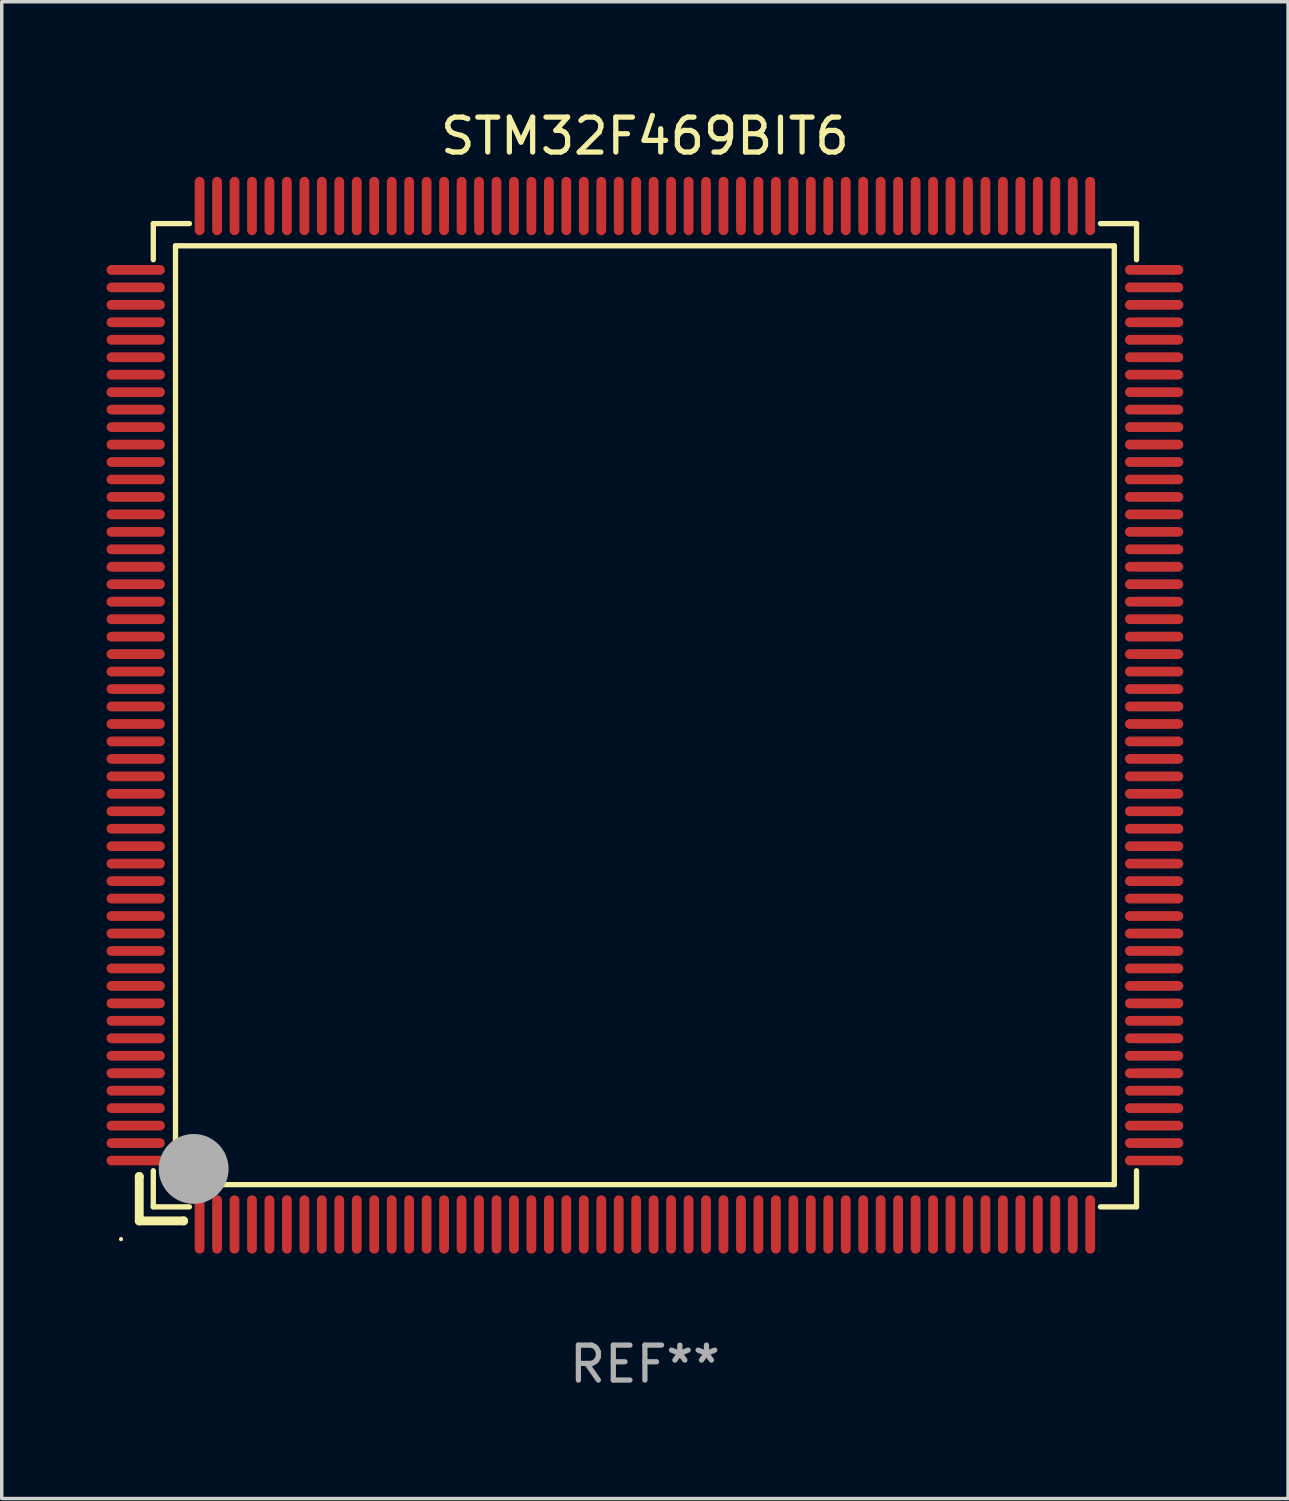
<source format=kicad_pcb>
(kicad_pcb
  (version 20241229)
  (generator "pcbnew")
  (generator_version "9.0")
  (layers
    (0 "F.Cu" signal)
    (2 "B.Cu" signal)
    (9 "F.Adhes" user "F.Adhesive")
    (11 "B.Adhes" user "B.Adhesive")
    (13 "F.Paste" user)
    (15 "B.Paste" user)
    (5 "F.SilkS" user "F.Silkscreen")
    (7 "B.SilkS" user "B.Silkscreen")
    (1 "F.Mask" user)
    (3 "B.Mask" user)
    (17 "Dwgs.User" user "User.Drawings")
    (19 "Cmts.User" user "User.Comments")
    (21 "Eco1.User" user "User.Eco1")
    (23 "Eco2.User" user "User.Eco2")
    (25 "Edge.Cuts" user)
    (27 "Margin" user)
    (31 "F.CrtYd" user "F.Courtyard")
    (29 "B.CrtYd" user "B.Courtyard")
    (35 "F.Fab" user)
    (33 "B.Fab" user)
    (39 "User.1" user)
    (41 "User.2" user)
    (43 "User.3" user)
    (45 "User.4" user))
  (footprint "STM32F469BIT6"
    (layer "F.Cu")
    (at 15.415 17.428)
    (property "Reference" "STM32F469BIT6" (at 0 -16.58 0) (layer "F.SilkS") (effects (font (size 1 1) (thickness 0.15))))
    (attr through_hole)
    (fp_line (start -14.478 13.208) (end -14.478 13.208) (stroke (width 0.254) (type solid)) (layer "F.SilkS"))
    (fp_line (start -14.478 13.208) (end -14.478 14.478) (stroke (width 0.254) (type solid)) (layer "F.SilkS"))
    (fp_line (start -14.478 14.478) (end -13.208 14.478) (stroke (width 0.254) (type solid)) (layer "F.SilkS"))
    (fp_line (start -14.076 -14.076) (end -14.076 -13.042) (stroke (width 0.152) (type solid)) (layer "F.SilkS"))
    (fp_line (start -14.076 14.076) (end -14.076 13.042) (stroke (width 0.152) (type solid)) (layer "F.SilkS"))
    (fp_line (start -13.44 -13.44) (end 13.44 -13.44) (stroke (width 0.152) (type solid)) (layer "F.SilkS"))
    (fp_line (start -13.44 13.44) (end -13.44 -13.44) (stroke (width 0.152) (type solid)) (layer "F.SilkS"))
    (fp_line (start -13.208 14.478) (end -13.208 14.478) (stroke (width 0.254) (type solid)) (layer "F.SilkS"))
    (fp_line (start -13.042 -14.076) (end -14.076 -14.076) (stroke (width 0.152) (type solid)) (layer "F.SilkS"))
    (fp_line (start -13.042 14.076) (end -14.076 14.076) (stroke (width 0.152) (type solid)) (layer "F.SilkS"))
    (fp_line (start 13.042 -14.076) (end 14.076 -14.076) (stroke (width 0.152) (type solid)) (layer "F.SilkS"))
    (fp_line (start 13.042 14.076) (end 14.076 14.076) (stroke (width 0.152) (type solid)) (layer "F.SilkS"))
    (fp_line (start 13.44 -13.44) (end 13.44 13.44) (stroke (width 0.152) (type solid)) (layer "F.SilkS"))
    (fp_line (start 13.44 13.44) (end -13.44 13.44) (stroke (width 0.152) (type solid)) (layer "F.SilkS"))
    (fp_line (start 14.076 -14.076) (end 14.076 -13.042) (stroke (width 0.152) (type solid)) (layer "F.SilkS"))
    (fp_line (start 14.076 14.076) (end 14.076 13.042) (stroke (width 0.152) (type solid)) (layer "F.SilkS"))
    (fp_circle (center -15 15) (end -14.97 15) (stroke (width 0.06) (type solid)) (fill no) (layer "F.SilkS"))
    (fp_circle (center -13.138 13.138) (end -13.063 13.138) (stroke (width 0.15) (type solid)) (fill no) (layer "F.SilkS"))
    (fp_circle (center -12.92 12.99) (end -12.42 12.99) (stroke (width 1) (type solid)) (fill no) (layer "F.Fab"))
    (fp_text user "REF**" (at 0 18.58 0) (layer "F.Fab") (effects (font (size 1 1) (thickness 0.15))))
    (pad "1" smd oval (at -12.75 14.58) (size 0.28 1.67) (layers "F.Cu" "F.Mask" "F.Paste"))
    (pad "2" smd oval (at -12.25 14.58) (size 0.28 1.67) (layers "F.Cu" "F.Mask" "F.Paste"))
    (pad "3" smd oval (at -11.75 14.58) (size 0.28 1.67) (layers "F.Cu" "F.Mask" "F.Paste"))
    (pad "4" smd oval (at -11.25 14.58) (size 0.28 1.67) (layers "F.Cu" "F.Mask" "F.Paste"))
    (pad "5" smd oval (at -10.75 14.58) (size 0.28 1.67) (layers "F.Cu" "F.Mask" "F.Paste"))
    (pad "6" smd oval (at -10.25 14.58) (size 0.28 1.67) (layers "F.Cu" "F.Mask" "F.Paste"))
    (pad "7" smd oval (at -9.75 14.58) (size 0.28 1.67) (layers "F.Cu" "F.Mask" "F.Paste"))
    (pad "8" smd oval (at -9.25 14.58) (size 0.28 1.67) (layers "F.Cu" "F.Mask" "F.Paste"))
    (pad "9" smd oval (at -8.75 14.58) (size 0.28 1.67) (layers "F.Cu" "F.Mask" "F.Paste"))
    (pad "10" smd oval (at -8.25 14.58) (size 0.28 1.67) (layers "F.Cu" "F.Mask" "F.Paste"))
    (pad "11" smd oval (at -7.75 14.58) (size 0.28 1.67) (layers "F.Cu" "F.Mask" "F.Paste"))
    (pad "12" smd oval (at -7.25 14.58) (size 0.28 1.67) (layers "F.Cu" "F.Mask" "F.Paste"))
    (pad "13" smd oval (at -6.75 14.58) (size 0.28 1.67) (layers "F.Cu" "F.Mask" "F.Paste"))
    (pad "14" smd oval (at -6.25 14.58) (size 0.28 1.67) (layers "F.Cu" "F.Mask" "F.Paste"))
    (pad "15" smd oval (at -5.75 14.58) (size 0.28 1.67) (layers "F.Cu" "F.Mask" "F.Paste"))
    (pad "16" smd oval (at -5.25 14.58) (size 0.28 1.67) (layers "F.Cu" "F.Mask" "F.Paste"))
    (pad "17" smd oval (at -4.75 14.58) (size 0.28 1.67) (layers "F.Cu" "F.Mask" "F.Paste"))
    (pad "18" smd oval (at -4.25 14.58) (size 0.28 1.67) (layers "F.Cu" "F.Mask" "F.Paste"))
    (pad "19" smd oval (at -3.75 14.58) (size 0.28 1.67) (layers "F.Cu" "F.Mask" "F.Paste"))
    (pad "20" smd oval (at -3.25 14.58) (size 0.28 1.67) (layers "F.Cu" "F.Mask" "F.Paste"))
    (pad "21" smd oval (at -2.75 14.58) (size 0.28 1.67) (layers "F.Cu" "F.Mask" "F.Paste"))
    (pad "22" smd oval (at -2.25 14.58) (size 0.28 1.67) (layers "F.Cu" "F.Mask" "F.Paste"))
    (pad "23" smd oval (at -1.75 14.58) (size 0.28 1.67) (layers "F.Cu" "F.Mask" "F.Paste"))
    (pad "24" smd oval (at -1.25 14.58) (size 0.28 1.67) (layers "F.Cu" "F.Mask" "F.Paste"))
    (pad "25" smd oval (at -0.75 14.58) (size 0.28 1.67) (layers "F.Cu" "F.Mask" "F.Paste"))
    (pad "26" smd oval (at -0.25 14.58) (size 0.28 1.67) (layers "F.Cu" "F.Mask" "F.Paste"))
    (pad "27" smd oval (at 0.25 14.58) (size 0.28 1.67) (layers "F.Cu" "F.Mask" "F.Paste"))
    (pad "28" smd oval (at 0.75 14.58) (size 0.28 1.67) (layers "F.Cu" "F.Mask" "F.Paste"))
    (pad "29" smd oval (at 1.25 14.58) (size 0.28 1.67) (layers "F.Cu" "F.Mask" "F.Paste"))
    (pad "30" smd oval (at 1.75 14.58) (size 0.28 1.67) (layers "F.Cu" "F.Mask" "F.Paste"))
    (pad "31" smd oval (at 2.25 14.58) (size 0.28 1.67) (layers "F.Cu" "F.Mask" "F.Paste"))
    (pad "32" smd oval (at 2.75 14.58) (size 0.28 1.67) (layers "F.Cu" "F.Mask" "F.Paste"))
    (pad "33" smd oval (at 3.25 14.58) (size 0.28 1.67) (layers "F.Cu" "F.Mask" "F.Paste"))
    (pad "34" smd oval (at 3.75 14.58) (size 0.28 1.67) (layers "F.Cu" "F.Mask" "F.Paste"))
    (pad "35" smd oval (at 4.25 14.58) (size 0.28 1.67) (layers "F.Cu" "F.Mask" "F.Paste"))
    (pad "36" smd oval (at 4.75 14.58) (size 0.28 1.67) (layers "F.Cu" "F.Mask" "F.Paste"))
    (pad "37" smd oval (at 5.25 14.58) (size 0.28 1.67) (layers "F.Cu" "F.Mask" "F.Paste"))
    (pad "38" smd oval (at 5.75 14.58) (size 0.28 1.67) (layers "F.Cu" "F.Mask" "F.Paste"))
    (pad "39" smd oval (at 6.25 14.58) (size 0.28 1.67) (layers "F.Cu" "F.Mask" "F.Paste"))
    (pad "40" smd oval (at 6.75 14.58) (size 0.28 1.67) (layers "F.Cu" "F.Mask" "F.Paste"))
    (pad "41" smd oval (at 7.25 14.58) (size 0.28 1.67) (layers "F.Cu" "F.Mask" "F.Paste"))
    (pad "42" smd oval (at 7.75 14.58) (size 0.28 1.67) (layers "F.Cu" "F.Mask" "F.Paste"))
    (pad "43" smd oval (at 8.25 14.58) (size 0.28 1.67) (layers "F.Cu" "F.Mask" "F.Paste"))
    (pad "44" smd oval (at 8.75 14.58) (size 0.28 1.67) (layers "F.Cu" "F.Mask" "F.Paste"))
    (pad "45" smd oval (at 9.25 14.58) (size 0.28 1.67) (layers "F.Cu" "F.Mask" "F.Paste"))
    (pad "46" smd oval (at 9.75 14.58) (size 0.28 1.67) (layers "F.Cu" "F.Mask" "F.Paste"))
    (pad "47" smd oval (at 10.25 14.58) (size 0.28 1.67) (layers "F.Cu" "F.Mask" "F.Paste"))
    (pad "48" smd oval (at 10.75 14.58) (size 0.28 1.67) (layers "F.Cu" "F.Mask" "F.Paste"))
    (pad "49" smd oval (at 11.25 14.58) (size 0.28 1.67) (layers "F.Cu" "F.Mask" "F.Paste"))
    (pad "50" smd oval (at 11.75 14.58) (size 0.28 1.67) (layers "F.Cu" "F.Mask" "F.Paste"))
    (pad "51" smd oval (at 12.25 14.58) (size 0.28 1.67) (layers "F.Cu" "F.Mask" "F.Paste"))
    (pad "52" smd oval (at 12.75 14.58) (size 0.28 1.67) (layers "F.Cu" "F.Mask" "F.Paste"))
    (pad "53" smd oval (at 14.58 12.75) (size 1.67 0.28) (layers "F.Cu" "F.Mask" "F.Paste"))
    (pad "54" smd oval (at 14.58 12.25) (size 1.67 0.28) (layers "F.Cu" "F.Mask" "F.Paste"))
    (pad "55" smd oval (at 14.58 11.75) (size 1.67 0.28) (layers "F.Cu" "F.Mask" "F.Paste"))
    (pad "56" smd oval (at 14.58 11.25) (size 1.67 0.28) (layers "F.Cu" "F.Mask" "F.Paste"))
    (pad "57" smd oval (at 14.58 10.75) (size 1.67 0.28) (layers "F.Cu" "F.Mask" "F.Paste"))
    (pad "58" smd oval (at 14.58 10.25) (size 1.67 0.28) (layers "F.Cu" "F.Mask" "F.Paste"))
    (pad "59" smd oval (at 14.58 9.75) (size 1.67 0.28) (layers "F.Cu" "F.Mask" "F.Paste"))
    (pad "60" smd oval (at 14.58 9.25) (size 1.67 0.28) (layers "F.Cu" "F.Mask" "F.Paste"))
    (pad "61" smd oval (at 14.58 8.75) (size 1.67 0.28) (layers "F.Cu" "F.Mask" "F.Paste"))
    (pad "62" smd oval (at 14.58 8.25) (size 1.67 0.28) (layers "F.Cu" "F.Mask" "F.Paste"))
    (pad "63" smd oval (at 14.58 7.75) (size 1.67 0.28) (layers "F.Cu" "F.Mask" "F.Paste"))
    (pad "64" smd oval (at 14.58 7.25) (size 1.67 0.28) (layers "F.Cu" "F.Mask" "F.Paste"))
    (pad "65" smd oval (at 14.58 6.75) (size 1.67 0.28) (layers "F.Cu" "F.Mask" "F.Paste"))
    (pad "66" smd oval (at 14.58 6.25) (size 1.67 0.28) (layers "F.Cu" "F.Mask" "F.Paste"))
    (pad "67" smd oval (at 14.58 5.75) (size 1.67 0.28) (layers "F.Cu" "F.Mask" "F.Paste"))
    (pad "68" smd oval (at 14.58 5.25) (size 1.67 0.28) (layers "F.Cu" "F.Mask" "F.Paste"))
    (pad "69" smd oval (at 14.58 4.75) (size 1.67 0.28) (layers "F.Cu" "F.Mask" "F.Paste"))
    (pad "70" smd oval (at 14.58 4.25) (size 1.67 0.28) (layers "F.Cu" "F.Mask" "F.Paste"))
    (pad "71" smd oval (at 14.58 3.75) (size 1.67 0.28) (layers "F.Cu" "F.Mask" "F.Paste"))
    (pad "72" smd oval (at 14.58 3.25) (size 1.67 0.28) (layers "F.Cu" "F.Mask" "F.Paste"))
    (pad "73" smd oval (at 14.58 2.75) (size 1.67 0.28) (layers "F.Cu" "F.Mask" "F.Paste"))
    (pad "74" smd oval (at 14.58 2.25) (size 1.67 0.28) (layers "F.Cu" "F.Mask" "F.Paste"))
    (pad "75" smd oval (at 14.58 1.75) (size 1.67 0.28) (layers "F.Cu" "F.Mask" "F.Paste"))
    (pad "76" smd oval (at 14.58 1.25) (size 1.67 0.28) (layers "F.Cu" "F.Mask" "F.Paste"))
    (pad "77" smd oval (at 14.58 0.75) (size 1.67 0.28) (layers "F.Cu" "F.Mask" "F.Paste"))
    (pad "78" smd oval (at 14.58 0.25) (size 1.67 0.28) (layers "F.Cu" "F.Mask" "F.Paste"))
    (pad "79" smd oval (at 14.58 -0.25) (size 1.67 0.28) (layers "F.Cu" "F.Mask" "F.Paste"))
    (pad "80" smd oval (at 14.58 -0.75) (size 1.67 0.28) (layers "F.Cu" "F.Mask" "F.Paste"))
    (pad "81" smd oval (at 14.58 -1.25) (size 1.67 0.28) (layers "F.Cu" "F.Mask" "F.Paste"))
    (pad "82" smd oval (at 14.58 -1.75) (size 1.67 0.28) (layers "F.Cu" "F.Mask" "F.Paste"))
    (pad "83" smd oval (at 14.58 -2.25) (size 1.67 0.28) (layers "F.Cu" "F.Mask" "F.Paste"))
    (pad "84" smd oval (at 14.58 -2.75) (size 1.67 0.28) (layers "F.Cu" "F.Mask" "F.Paste"))
    (pad "85" smd oval (at 14.58 -3.25) (size 1.67 0.28) (layers "F.Cu" "F.Mask" "F.Paste"))
    (pad "86" smd oval (at 14.58 -3.75) (size 1.67 0.28) (layers "F.Cu" "F.Mask" "F.Paste"))
    (pad "87" smd oval (at 14.58 -4.25) (size 1.67 0.28) (layers "F.Cu" "F.Mask" "F.Paste"))
    (pad "88" smd oval (at 14.58 -4.75) (size 1.67 0.28) (layers "F.Cu" "F.Mask" "F.Paste"))
    (pad "89" smd oval (at 14.58 -5.25) (size 1.67 0.28) (layers "F.Cu" "F.Mask" "F.Paste"))
    (pad "90" smd oval (at 14.58 -5.75) (size 1.67 0.28) (layers "F.Cu" "F.Mask" "F.Paste"))
    (pad "91" smd oval (at 14.58 -6.25) (size 1.67 0.28) (layers "F.Cu" "F.Mask" "F.Paste"))
    (pad "92" smd oval (at 14.58 -6.75) (size 1.67 0.28) (layers "F.Cu" "F.Mask" "F.Paste"))
    (pad "93" smd oval (at 14.58 -7.25) (size 1.67 0.28) (layers "F.Cu" "F.Mask" "F.Paste"))
    (pad "94" smd oval (at 14.58 -7.75) (size 1.67 0.28) (layers "F.Cu" "F.Mask" "F.Paste"))
    (pad "95" smd oval (at 14.58 -8.25) (size 1.67 0.28) (layers "F.Cu" "F.Mask" "F.Paste"))
    (pad "96" smd oval (at 14.58 -8.75) (size 1.67 0.28) (layers "F.Cu" "F.Mask" "F.Paste"))
    (pad "97" smd oval (at 14.58 -9.25) (size 1.67 0.28) (layers "F.Cu" "F.Mask" "F.Paste"))
    (pad "98" smd oval (at 14.58 -9.75) (size 1.67 0.28) (layers "F.Cu" "F.Mask" "F.Paste"))
    (pad "99" smd oval (at 14.58 -10.25) (size 1.67 0.28) (layers "F.Cu" "F.Mask" "F.Paste"))
    (pad "100" smd oval (at 14.58 -10.75) (size 1.67 0.28) (layers "F.Cu" "F.Mask" "F.Paste"))
    (pad "101" smd oval (at 14.58 -11.25) (size 1.67 0.28) (layers "F.Cu" "F.Mask" "F.Paste"))
    (pad "102" smd oval (at 14.58 -11.75) (size 1.67 0.28) (layers "F.Cu" "F.Mask" "F.Paste"))
    (pad "103" smd oval (at 14.58 -12.25) (size 1.67 0.28) (layers "F.Cu" "F.Mask" "F.Paste"))
    (pad "104" smd oval (at 14.58 -12.75) (size 1.67 0.28) (layers "F.Cu" "F.Mask" "F.Paste"))
    (pad "105" smd oval (at 12.75 -14.58) (size 0.28 1.67) (layers "F.Cu" "F.Mask" "F.Paste"))
    (pad "106" smd oval (at 12.25 -14.58) (size 0.28 1.67) (layers "F.Cu" "F.Mask" "F.Paste"))
    (pad "107" smd oval (at 11.75 -14.58) (size 0.28 1.67) (layers "F.Cu" "F.Mask" "F.Paste"))
    (pad "108" smd oval (at 11.25 -14.58) (size 0.28 1.67) (layers "F.Cu" "F.Mask" "F.Paste"))
    (pad "109" smd oval (at 10.75 -14.58) (size 0.28 1.67) (layers "F.Cu" "F.Mask" "F.Paste"))
    (pad "110" smd oval (at 10.25 -14.58) (size 0.28 1.67) (layers "F.Cu" "F.Mask" "F.Paste"))
    (pad "111" smd oval (at 9.75 -14.58) (size 0.28 1.67) (layers "F.Cu" "F.Mask" "F.Paste"))
    (pad "112" smd oval (at 9.25 -14.58) (size 0.28 1.67) (layers "F.Cu" "F.Mask" "F.Paste"))
    (pad "113" smd oval (at 8.75 -14.58) (size 0.28 1.67) (layers "F.Cu" "F.Mask" "F.Paste"))
    (pad "114" smd oval (at 8.25 -14.58) (size 0.28 1.67) (layers "F.Cu" "F.Mask" "F.Paste"))
    (pad "115" smd oval (at 7.75 -14.58) (size 0.28 1.67) (layers "F.Cu" "F.Mask" "F.Paste"))
    (pad "116" smd oval (at 7.25 -14.58) (size 0.28 1.67) (layers "F.Cu" "F.Mask" "F.Paste"))
    (pad "117" smd oval (at 6.75 -14.58) (size 0.28 1.67) (layers "F.Cu" "F.Mask" "F.Paste"))
    (pad "118" smd oval (at 6.25 -14.58) (size 0.28 1.67) (layers "F.Cu" "F.Mask" "F.Paste"))
    (pad "119" smd oval (at 5.75 -14.58) (size 0.28 1.67) (layers "F.Cu" "F.Mask" "F.Paste"))
    (pad "120" smd oval (at 5.25 -14.58) (size 0.28 1.67) (layers "F.Cu" "F.Mask" "F.Paste"))
    (pad "121" smd oval (at 4.75 -14.58) (size 0.28 1.67) (layers "F.Cu" "F.Mask" "F.Paste"))
    (pad "122" smd oval (at 4.25 -14.58) (size 0.28 1.67) (layers "F.Cu" "F.Mask" "F.Paste"))
    (pad "123" smd oval (at 3.75 -14.58) (size 0.28 1.67) (layers "F.Cu" "F.Mask" "F.Paste"))
    (pad "124" smd oval (at 3.25 -14.58) (size 0.28 1.67) (layers "F.Cu" "F.Mask" "F.Paste"))
    (pad "125" smd oval (at 2.75 -14.58) (size 0.28 1.67) (layers "F.Cu" "F.Mask" "F.Paste"))
    (pad "126" smd oval (at 2.25 -14.58) (size 0.28 1.67) (layers "F.Cu" "F.Mask" "F.Paste"))
    (pad "127" smd oval (at 1.75 -14.58) (size 0.28 1.67) (layers "F.Cu" "F.Mask" "F.Paste"))
    (pad "128" smd oval (at 1.25 -14.58) (size 0.28 1.67) (layers "F.Cu" "F.Mask" "F.Paste"))
    (pad "129" smd oval (at 0.75 -14.58) (size 0.28 1.67) (layers "F.Cu" "F.Mask" "F.Paste"))
    (pad "130" smd oval (at 0.25 -14.58) (size 0.28 1.67) (layers "F.Cu" "F.Mask" "F.Paste"))
    (pad "131" smd oval (at -0.25 -14.58) (size 0.28 1.67) (layers "F.Cu" "F.Mask" "F.Paste"))
    (pad "132" smd oval (at -0.75 -14.58) (size 0.28 1.67) (layers "F.Cu" "F.Mask" "F.Paste"))
    (pad "133" smd oval (at -1.25 -14.58) (size 0.28 1.67) (layers "F.Cu" "F.Mask" "F.Paste"))
    (pad "134" smd oval (at -1.75 -14.58) (size 0.28 1.67) (layers "F.Cu" "F.Mask" "F.Paste"))
    (pad "135" smd oval (at -2.25 -14.58) (size 0.28 1.67) (layers "F.Cu" "F.Mask" "F.Paste"))
    (pad "136" smd oval (at -2.75 -14.58) (size 0.28 1.67) (layers "F.Cu" "F.Mask" "F.Paste"))
    (pad "137" smd oval (at -3.25 -14.58) (size 0.28 1.67) (layers "F.Cu" "F.Mask" "F.Paste"))
    (pad "138" smd oval (at -3.75 -14.58) (size 0.28 1.67) (layers "F.Cu" "F.Mask" "F.Paste"))
    (pad "139" smd oval (at -4.25 -14.58) (size 0.28 1.67) (layers "F.Cu" "F.Mask" "F.Paste"))
    (pad "140" smd oval (at -4.75 -14.58) (size 0.28 1.67) (layers "F.Cu" "F.Mask" "F.Paste"))
    (pad "141" smd oval (at -5.25 -14.58) (size 0.28 1.67) (layers "F.Cu" "F.Mask" "F.Paste"))
    (pad "142" smd oval (at -5.75 -14.58) (size 0.28 1.67) (layers "F.Cu" "F.Mask" "F.Paste"))
    (pad "143" smd oval (at -6.25 -14.58) (size 0.28 1.67) (layers "F.Cu" "F.Mask" "F.Paste"))
    (pad "144" smd oval (at -6.75 -14.58) (size 0.28 1.67) (layers "F.Cu" "F.Mask" "F.Paste"))
    (pad "145" smd oval (at -7.25 -14.58) (size 0.28 1.67) (layers "F.Cu" "F.Mask" "F.Paste"))
    (pad "146" smd oval (at -7.75 -14.58) (size 0.28 1.67) (layers "F.Cu" "F.Mask" "F.Paste"))
    (pad "147" smd oval (at -8.25 -14.58) (size 0.28 1.67) (layers "F.Cu" "F.Mask" "F.Paste"))
    (pad "148" smd oval (at -8.75 -14.58) (size 0.28 1.67) (layers "F.Cu" "F.Mask" "F.Paste"))
    (pad "149" smd oval (at -9.25 -14.58) (size 0.28 1.67) (layers "F.Cu" "F.Mask" "F.Paste"))
    (pad "150" smd oval (at -9.75 -14.58) (size 0.28 1.67) (layers "F.Cu" "F.Mask" "F.Paste"))
    (pad "151" smd oval (at -10.25 -14.58) (size 0.28 1.67) (layers "F.Cu" "F.Mask" "F.Paste"))
    (pad "152" smd oval (at -10.75 -14.58) (size 0.28 1.67) (layers "F.Cu" "F.Mask" "F.Paste"))
    (pad "153" smd oval (at -11.25 -14.58) (size 0.28 1.67) (layers "F.Cu" "F.Mask" "F.Paste"))
    (pad "154" smd oval (at -11.75 -14.58) (size 0.28 1.67) (layers "F.Cu" "F.Mask" "F.Paste"))
    (pad "155" smd oval (at -12.25 -14.58) (size 0.28 1.67) (layers "F.Cu" "F.Mask" "F.Paste"))
    (pad "156" smd oval (at -12.75 -14.58) (size 0.28 1.67) (layers "F.Cu" "F.Mask" "F.Paste"))
    (pad "157" smd oval (at -14.58 -12.75) (size 1.67 0.28) (layers "F.Cu" "F.Mask" "F.Paste"))
    (pad "158" smd oval (at -14.58 -12.25) (size 1.67 0.28) (layers "F.Cu" "F.Mask" "F.Paste"))
    (pad "159" smd oval (at -14.58 -11.75) (size 1.67 0.28) (layers "F.Cu" "F.Mask" "F.Paste"))
    (pad "160" smd oval (at -14.58 -11.25) (size 1.67 0.28) (layers "F.Cu" "F.Mask" "F.Paste"))
    (pad "161" smd oval (at -14.58 -10.75) (size 1.67 0.28) (layers "F.Cu" "F.Mask" "F.Paste"))
    (pad "162" smd oval (at -14.58 -10.25) (size 1.67 0.28) (layers "F.Cu" "F.Mask" "F.Paste"))
    (pad "163" smd oval (at -14.58 -9.75) (size 1.67 0.28) (layers "F.Cu" "F.Mask" "F.Paste"))
    (pad "164" smd oval (at -14.58 -9.25) (size 1.67 0.28) (layers "F.Cu" "F.Mask" "F.Paste"))
    (pad "165" smd oval (at -14.58 -8.75) (size 1.67 0.28) (layers "F.Cu" "F.Mask" "F.Paste"))
    (pad "166" smd oval (at -14.58 -8.25) (size 1.67 0.28) (layers "F.Cu" "F.Mask" "F.Paste"))
    (pad "167" smd oval (at -14.58 -7.75) (size 1.67 0.28) (layers "F.Cu" "F.Mask" "F.Paste"))
    (pad "168" smd oval (at -14.58 -7.25) (size 1.67 0.28) (layers "F.Cu" "F.Mask" "F.Paste"))
    (pad "169" smd oval (at -14.58 -6.75) (size 1.67 0.28) (layers "F.Cu" "F.Mask" "F.Paste"))
    (pad "170" smd oval (at -14.58 -6.25) (size 1.67 0.28) (layers "F.Cu" "F.Mask" "F.Paste"))
    (pad "171" smd oval (at -14.58 -5.75) (size 1.67 0.28) (layers "F.Cu" "F.Mask" "F.Paste"))
    (pad "172" smd oval (at -14.58 -5.25) (size 1.67 0.28) (layers "F.Cu" "F.Mask" "F.Paste"))
    (pad "173" smd oval (at -14.58 -4.75) (size 1.67 0.28) (layers "F.Cu" "F.Mask" "F.Paste"))
    (pad "174" smd oval (at -14.58 -4.25) (size 1.67 0.28) (layers "F.Cu" "F.Mask" "F.Paste"))
    (pad "175" smd oval (at -14.58 -3.75) (size 1.67 0.28) (layers "F.Cu" "F.Mask" "F.Paste"))
    (pad "176" smd oval (at -14.58 -3.25) (size 1.67 0.28) (layers "F.Cu" "F.Mask" "F.Paste"))
    (pad "177" smd oval (at -14.58 -2.75) (size 1.67 0.28) (layers "F.Cu" "F.Mask" "F.Paste"))
    (pad "178" smd oval (at -14.58 -2.25) (size 1.67 0.28) (layers "F.Cu" "F.Mask" "F.Paste"))
    (pad "179" smd oval (at -14.58 -1.75) (size 1.67 0.28) (layers "F.Cu" "F.Mask" "F.Paste"))
    (pad "180" smd oval (at -14.58 -1.25) (size 1.67 0.28) (layers "F.Cu" "F.Mask" "F.Paste"))
    (pad "181" smd oval (at -14.58 -0.75) (size 1.67 0.28) (layers "F.Cu" "F.Mask" "F.Paste"))
    (pad "182" smd oval (at -14.58 -0.25) (size 1.67 0.28) (layers "F.Cu" "F.Mask" "F.Paste"))
    (pad "183" smd oval (at -14.58 0.25) (size 1.67 0.28) (layers "F.Cu" "F.Mask" "F.Paste"))
    (pad "184" smd oval (at -14.58 0.75) (size 1.67 0.28) (layers "F.Cu" "F.Mask" "F.Paste"))
    (pad "185" smd oval (at -14.58 1.25) (size 1.67 0.28) (layers "F.Cu" "F.Mask" "F.Paste"))
    (pad "186" smd oval (at -14.58 1.75) (size 1.67 0.28) (layers "F.Cu" "F.Mask" "F.Paste"))
    (pad "187" smd oval (at -14.58 2.25) (size 1.67 0.28) (layers "F.Cu" "F.Mask" "F.Paste"))
    (pad "188" smd oval (at -14.58 2.75) (size 1.67 0.28) (layers "F.Cu" "F.Mask" "F.Paste"))
    (pad "189" smd oval (at -14.58 3.25) (size 1.67 0.28) (layers "F.Cu" "F.Mask" "F.Paste"))
    (pad "190" smd oval (at -14.58 3.75) (size 1.67 0.28) (layers "F.Cu" "F.Mask" "F.Paste"))
    (pad "191" smd oval (at -14.58 4.25) (size 1.67 0.28) (layers "F.Cu" "F.Mask" "F.Paste"))
    (pad "192" smd oval (at -14.58 4.75) (size 1.67 0.28) (layers "F.Cu" "F.Mask" "F.Paste"))
    (pad "193" smd oval (at -14.58 5.25) (size 1.67 0.28) (layers "F.Cu" "F.Mask" "F.Paste"))
    (pad "194" smd oval (at -14.58 5.75) (size 1.67 0.28) (layers "F.Cu" "F.Mask" "F.Paste"))
    (pad "195" smd oval (at -14.58 6.25) (size 1.67 0.28) (layers "F.Cu" "F.Mask" "F.Paste"))
    (pad "196" smd oval (at -14.58 6.75) (size 1.67 0.28) (layers "F.Cu" "F.Mask" "F.Paste"))
    (pad "197" smd oval (at -14.58 7.25) (size 1.67 0.28) (layers "F.Cu" "F.Mask" "F.Paste"))
    (pad "198" smd oval (at -14.58 7.75) (size 1.67 0.28) (layers "F.Cu" "F.Mask" "F.Paste"))
    (pad "199" smd oval (at -14.58 8.25) (size 1.67 0.28) (layers "F.Cu" "F.Mask" "F.Paste"))
    (pad "200" smd oval (at -14.58 8.75) (size 1.67 0.28) (layers "F.Cu" "F.Mask" "F.Paste"))
    (pad "201" smd oval (at -14.58 9.25) (size 1.67 0.28) (layers "F.Cu" "F.Mask" "F.Paste"))
    (pad "202" smd oval (at -14.58 9.75) (size 1.67 0.28) (layers "F.Cu" "F.Mask" "F.Paste"))
    (pad "203" smd oval (at -14.58 10.25) (size 1.67 0.28) (layers "F.Cu" "F.Mask" "F.Paste"))
    (pad "204" smd oval (at -14.58 10.75) (size 1.67 0.28) (layers "F.Cu" "F.Mask" "F.Paste"))
    (pad "205" smd oval (at -14.58 11.25) (size 1.67 0.28) (layers "F.Cu" "F.Mask" "F.Paste"))
    (pad "206" smd oval (at -14.58 11.75) (size 1.67 0.28) (layers "F.Cu" "F.Mask" "F.Paste"))
    (pad "207" smd oval (at -14.58 12.25) (size 1.67 0.28) (layers "F.Cu" "F.Mask" "F.Paste"))
    (pad "208" smd oval (at -14.58 12.75) (size 1.67 0.28) (layers "F.Cu" "F.Mask" "F.Paste")))
  (gr_rect
    (start -3 -3)
    (end 33.83 39.856)
    (stroke (width 0.1) (type default))
    (fill no)
    (layer "Edge.Cuts")))
</source>
